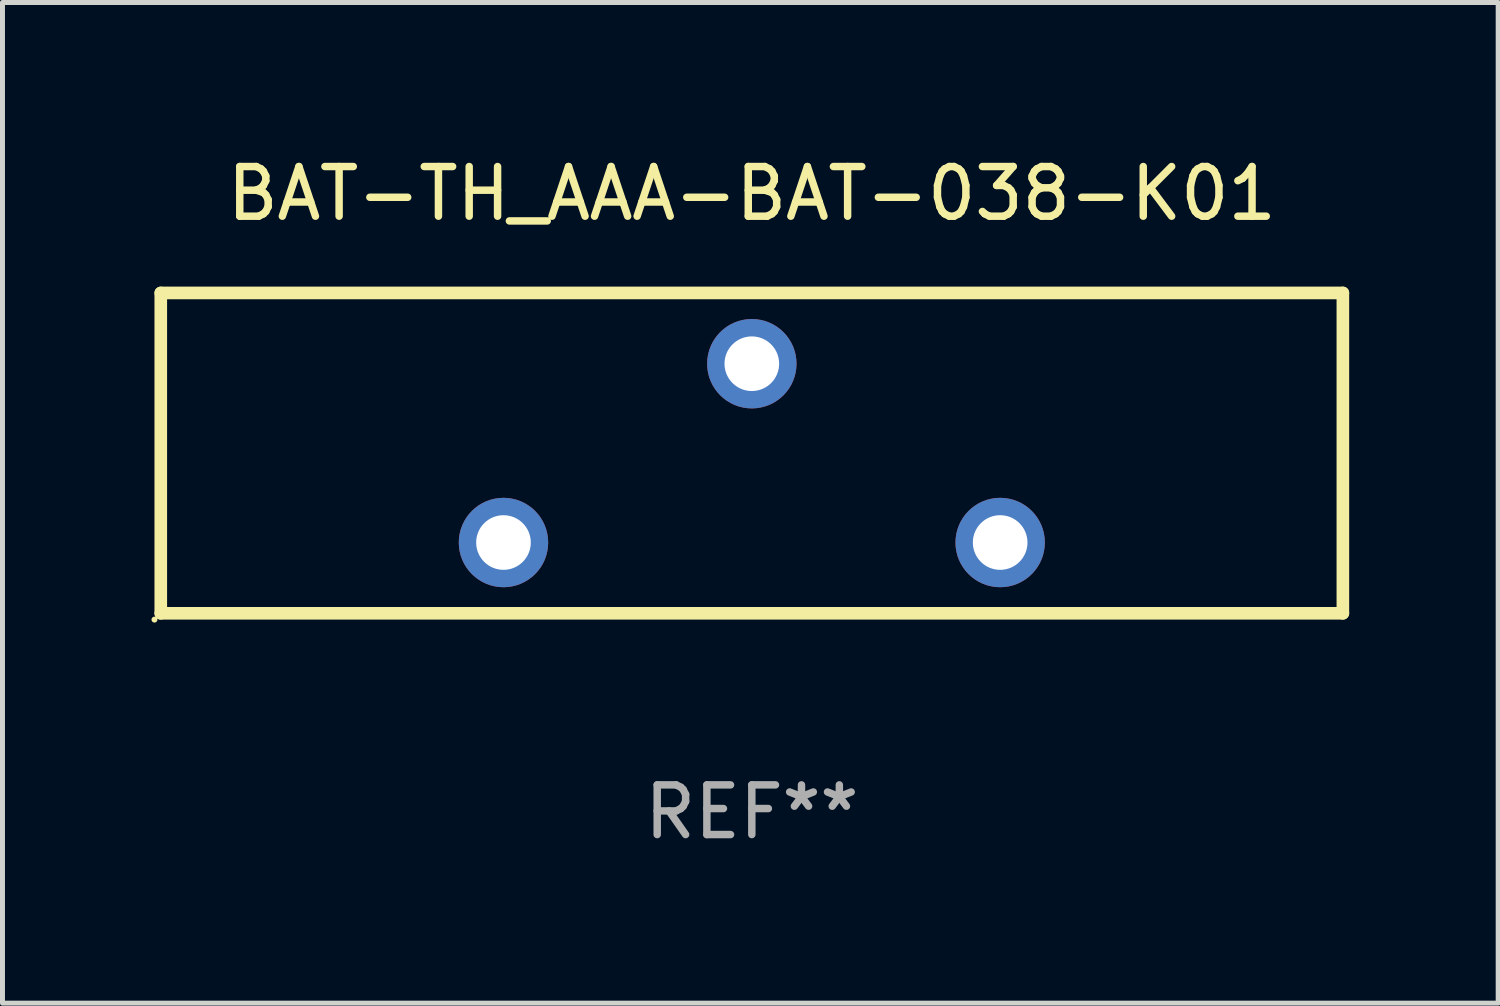
<source format=kicad_pcb>
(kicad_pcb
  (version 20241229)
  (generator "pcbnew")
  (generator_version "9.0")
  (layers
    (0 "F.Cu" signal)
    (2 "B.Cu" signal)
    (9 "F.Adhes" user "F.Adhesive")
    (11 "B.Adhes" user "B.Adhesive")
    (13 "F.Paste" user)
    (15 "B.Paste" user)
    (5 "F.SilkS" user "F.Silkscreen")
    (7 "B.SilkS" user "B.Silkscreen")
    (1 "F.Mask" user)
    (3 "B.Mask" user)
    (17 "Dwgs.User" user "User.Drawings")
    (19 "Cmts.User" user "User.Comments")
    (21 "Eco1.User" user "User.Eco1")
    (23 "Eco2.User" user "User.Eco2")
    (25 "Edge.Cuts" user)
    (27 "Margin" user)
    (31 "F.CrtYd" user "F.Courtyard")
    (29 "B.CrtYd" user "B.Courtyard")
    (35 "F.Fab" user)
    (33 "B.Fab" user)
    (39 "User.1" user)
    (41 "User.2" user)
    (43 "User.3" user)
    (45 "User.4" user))
  (footprint "BAT-TH_AAA-BAT-038-K01"
    (layer "F.Cu")
    (at 12.087 6.073)
    (property "Reference" "BAT-TH_AAA-BAT-038-K01" (at 0 -5.225 0) (layer "F.SilkS") (effects (font (size 1 1) (thickness 0.15))))
    (attr through_hole)
    (fp_line (start -11.9 -3.225) (end 11.9 -3.225) (stroke (width 0.254) (type solid)) (layer "F.SilkS"))
    (fp_line (start -11.9 3.225) (end -11.9 -3.225) (stroke (width 0.254) (type solid)) (layer "F.SilkS"))
    (fp_line (start -11.9 3.225) (end 11.9 3.225) (stroke (width 0.254) (type solid)) (layer "F.SilkS"))
    (fp_line (start 11.9 3.225) (end 11.9 -3.225) (stroke (width 0.254) (type solid)) (layer "F.SilkS"))
    (fp_circle (center -12.027 3.352) (end -11.997 3.352) (stroke (width 0.06) (type solid)) (fill no) (layer "F.SilkS"))
    (fp_text user "REF**" (at 0 7.225 0) (layer "F.Fab") (effects (font (size 1 1) (thickness 0.15))))
    (pad "1" thru_hole circle (at -5 1.8) (size 1.8 1.8) (drill 1.1) (layers "*.Cu" "*.Mask"))
    (pad "1" thru_hole circle (at 5 1.8) (size 1.8 1.8) (drill 1.1) (layers "*.Cu" "*.Mask"))
    (pad "2" thru_hole circle (at 0 -1.8) (size 1.8 1.8) (drill 1.1) (layers "*.Cu" "*.Mask")))
  (gr_rect
    (start -3 -3)
    (end 27.114 17.147)
    (stroke (width 0.1) (type default))
    (fill no)
    (layer "Edge.Cuts")))
</source>
